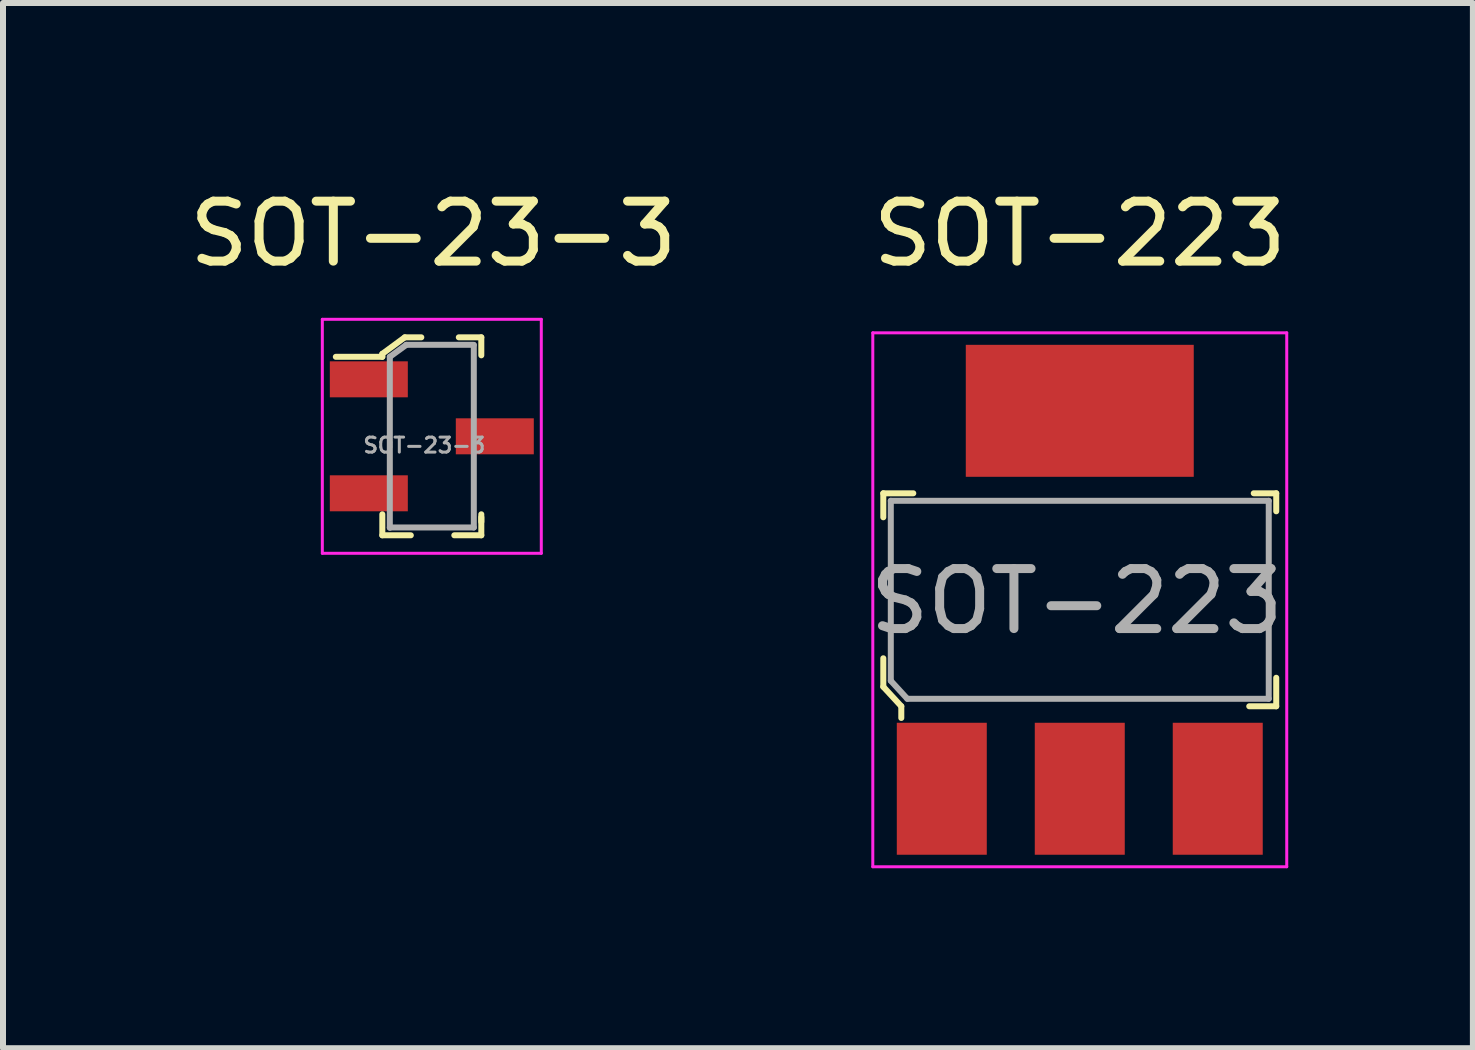
<source format=kicad_pcb>
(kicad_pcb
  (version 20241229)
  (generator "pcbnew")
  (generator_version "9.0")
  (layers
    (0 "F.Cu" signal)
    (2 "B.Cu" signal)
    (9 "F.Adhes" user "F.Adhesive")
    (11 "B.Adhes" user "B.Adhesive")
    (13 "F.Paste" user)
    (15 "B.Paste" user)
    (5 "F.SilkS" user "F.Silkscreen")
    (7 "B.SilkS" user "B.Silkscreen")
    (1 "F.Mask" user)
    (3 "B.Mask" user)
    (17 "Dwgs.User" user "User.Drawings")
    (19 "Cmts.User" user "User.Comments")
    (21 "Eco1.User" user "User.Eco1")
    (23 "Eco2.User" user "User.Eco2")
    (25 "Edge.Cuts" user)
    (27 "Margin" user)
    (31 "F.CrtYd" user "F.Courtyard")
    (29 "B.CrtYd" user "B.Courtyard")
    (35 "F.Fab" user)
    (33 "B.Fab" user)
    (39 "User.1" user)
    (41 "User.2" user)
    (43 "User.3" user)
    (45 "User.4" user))
  (footprint "SOT-23-3"
    (layer "F.Cu")
    (at 4.148 4.223)
    (property "Reference" "SOT-23-3" (at 0.025 -3.375 0) (layer "F.SilkS") (effects (font (size 1 1) (thickness 0.15))))
    (attr smd)
    (fp_line (start -0.825 -1.375) (end -0.825 -1.325) (stroke (width 0.1) (type solid)) (layer "F.SilkS"))
    (fp_line (start -0.825 -1.325) (end -1.6 -1.325) (stroke (width 0.1) (type solid)) (layer "F.SilkS"))
    (fp_line (start -0.825 1.65) (end -0.825 1.3) (stroke (width 0.1) (type solid)) (layer "F.SilkS"))
    (fp_line (start -0.45 -1.65) (end -0.825 -1.375) (stroke (width 0.1) (type solid)) (layer "F.SilkS"))
    (fp_line (start -0.35 1.65) (end -0.825 1.65) (stroke (width 0.1) (type solid)) (layer "F.SilkS"))
    (fp_line (start -0.175 -1.65) (end -0.45 -1.65) (stroke (width 0.1) (type solid)) (layer "F.SilkS"))
    (fp_line (start 0.45 -1.65) (end 0.825 -1.65) (stroke (width 0.1) (type solid)) (layer "F.SilkS"))
    (fp_line (start 0.825 -1.65) (end 0.825 -1.35) (stroke (width 0.1) (type solid)) (layer "F.SilkS"))
    (fp_line (start 0.825 1.35) (end 0.825 1.65) (stroke (width 0.1) (type solid)) (layer "F.SilkS"))
    (fp_line (start 0.825 1.425) (end 0.825 1.3) (stroke (width 0.1) (type solid)) (layer "F.SilkS"))
    (fp_line (start 0.825 1.65) (end 0.375 1.65) (stroke (width 0.1) (type solid)) (layer "F.SilkS"))
    (fp_line (start -1.825 -1.95) (end -1.825 1.95) (stroke (width 0.05) (type solid)) (layer "F.CrtYd"))
    (fp_line (start -1.825 -1.95) (end 1.825 -1.95) (stroke (width 0.05) (type solid)) (layer "F.CrtYd"))
    (fp_line (start 1.825 -1.95) (end 1.825 1.95) (stroke (width 0.05) (type solid)) (layer "F.CrtYd"))
    (fp_line (start 1.825 1.95) (end -1.825 1.95) (stroke (width 0.05) (type solid)) (layer "F.CrtYd"))
    (fp_line (start -0.7 -1.325) (end -0.7 1.525) (stroke (width 0.1) (type solid)) (layer "F.Fab"))
    (fp_line (start -0.7 1.52) (end 0.7 1.52) (stroke (width 0.1) (type solid)) (layer "F.Fab"))
    (fp_line (start -0.425 -1.525) (end -0.7 -1.325) (stroke (width 0.1) (type solid)) (layer "F.Fab"))
    (fp_line (start -0.425 -1.525) (end 0.7 -1.525) (stroke (width 0.1) (type solid)) (layer "F.Fab"))
    (fp_line (start 0.7 1.52) (end 0.7 -1.52) (stroke (width 0.1) (type solid)) (layer "F.Fab"))
    (fp_text user "${REFERENCE}" (at -0.125 0.15 0) (layer "F.Fab") (effects (font (size 0.25 0.25) (thickness 0.05))))
    (pad "1" smd rect (at -1.05 -0.95) (size 1.3 0.6) (layers "F.Cu" "F.Mask" "F.Paste"))
    (pad "2" smd rect (at -1.05 0.95) (size 1.3 0.6) (layers "F.Cu" "F.Mask" "F.Paste"))
    (pad "3" smd rect (at 1.05 0) (size 1.3 0.6) (layers "F.Cu" "F.Mask" "F.Paste")))
  (footprint "SOT-223"
    (layer "F.Cu")
    (at 14.949 6.948)
    (property "Reference" "SOT-223" (at 0 -6.1 0) (layer "F.SilkS") (effects (font (size 1 1) (thickness 0.15))))
    (attr smd)
    (fp_line (start -3.275 -1.775) (end -3.275 -1.375) (stroke (width 0.1) (type solid)) (layer "F.SilkS"))
    (fp_line (start -3.275 0.975) (end -3.275 1.45) (stroke (width 0.1) (type solid)) (layer "F.SilkS"))
    (fp_line (start -3.275 1.45) (end -2.975 1.775) (stroke (width 0.1) (type solid)) (layer "F.SilkS"))
    (fp_line (start -2.975 1.775) (end -2.975 1.97) (stroke (width 0.1) (type solid)) (layer "F.SilkS"))
    (fp_line (start -2.775 -1.775) (end -3.275 -1.775) (stroke (width 0.1) (type solid)) (layer "F.SilkS"))
    (fp_line (start 2.9 -1.775) (end 3.275 -1.775) (stroke (width 0.1) (type solid)) (layer "F.SilkS"))
    (fp_line (start 3.275 -1.775) (end 3.275 -1.475) (stroke (width 0.1) (type solid)) (layer "F.SilkS"))
    (fp_line (start 3.275 1.3) (end 3.275 1.775) (stroke (width 0.1) (type solid)) (layer "F.SilkS"))
    (fp_line (start 3.275 1.775) (end 2.825 1.775) (stroke (width 0.1) (type solid)) (layer "F.SilkS"))
    (fp_line (start -3.45 -4.45) (end -3.45 4.45) (stroke (width 0.05) (type solid)) (layer "F.CrtYd"))
    (fp_line (start -3.45 4.45) (end 3.45 4.45) (stroke (width 0.05) (type solid)) (layer "F.CrtYd"))
    (fp_line (start 3.45 -4.45) (end -3.45 -4.45) (stroke (width 0.05) (type solid)) (layer "F.CrtYd"))
    (fp_line (start 3.45 -4.45) (end 3.45 4.45) (stroke (width 0.05) (type solid)) (layer "F.CrtYd"))
    (fp_line (start -3.15 -1.65) (end 3.15 -1.65) (stroke (width 0.1) (type solid)) (layer "F.Fab"))
    (fp_line (start -3.15 1.35) (end -3.15 -1.65) (stroke (width 0.1) (type solid)) (layer "F.Fab"))
    (fp_line (start -3.15 1.35) (end -2.875 1.65) (stroke (width 0.1) (type solid)) (layer "F.Fab"))
    (fp_line (start 3.15 -1.65) (end 3.15 1.65) (stroke (width 0.1) (type solid)) (layer "F.Fab"))
    (fp_line (start 3.15 1.65) (end -2.875 1.65) (stroke (width 0.1) (type solid)) (layer "F.Fab"))
    (fp_text user "${REFERENCE}" (at -0.05 0.025 0) (layer "F.Fab") (effects (font (size 1 1) (thickness 0.15))))
    (pad "1" smd rect (at -2.3 3.15) (size 1.5 2.2) (layers "F.Cu" "F.Mask" "F.Paste"))
    (pad "2" smd rect (at 0 3.15) (size 1.5 2.2) (layers "F.Cu" "F.Mask" "F.Paste"))
    (pad "3" smd rect (at 2.3 3.15) (size 1.5 2.2) (layers "F.Cu" "F.Mask" "F.Paste"))
    (pad "4" smd rect (at 0 -3.15) (size 3.8 2.2) (layers "F.Cu" "F.Mask" "F.Paste")))
  (gr_rect
    (start -3 -3)
    (end 21.502 14.423)
    (stroke (width 0.1) (type default))
    (fill no)
    (layer "Edge.Cuts")))
</source>
